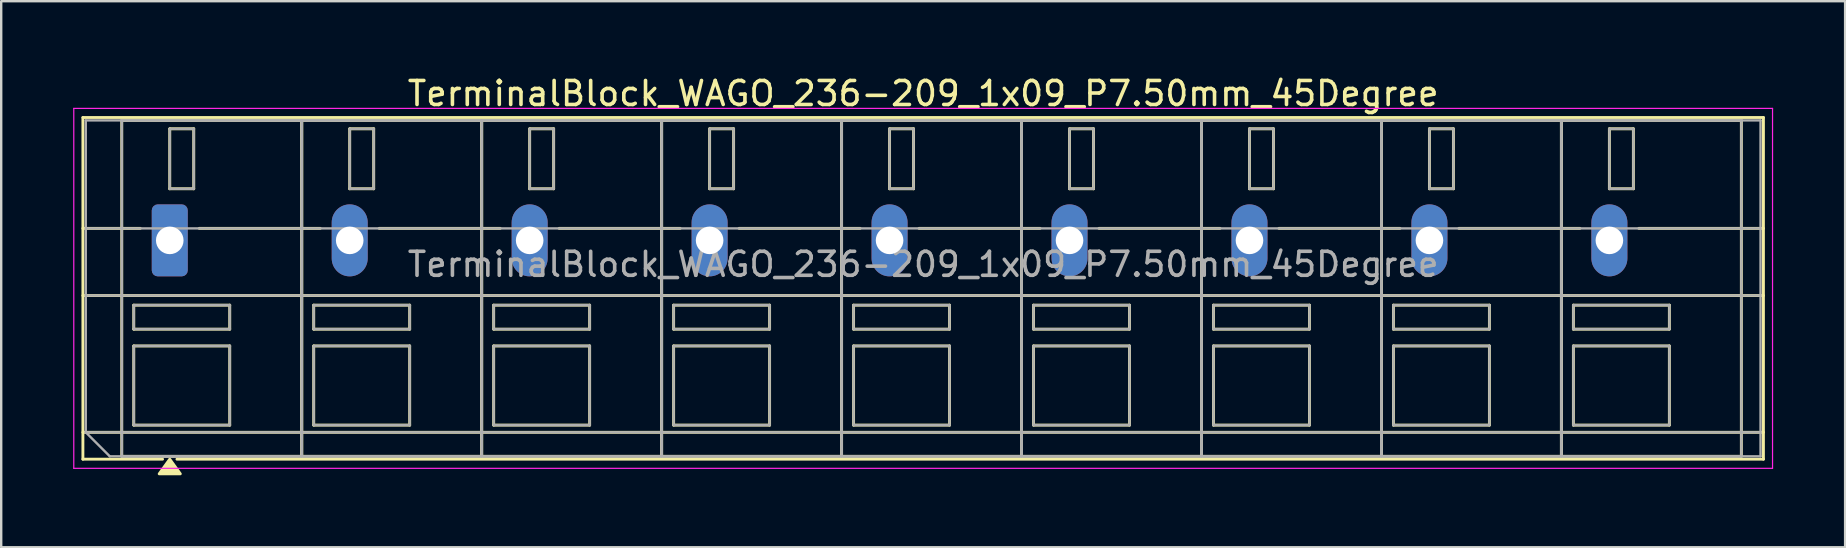
<source format=kicad_pcb>
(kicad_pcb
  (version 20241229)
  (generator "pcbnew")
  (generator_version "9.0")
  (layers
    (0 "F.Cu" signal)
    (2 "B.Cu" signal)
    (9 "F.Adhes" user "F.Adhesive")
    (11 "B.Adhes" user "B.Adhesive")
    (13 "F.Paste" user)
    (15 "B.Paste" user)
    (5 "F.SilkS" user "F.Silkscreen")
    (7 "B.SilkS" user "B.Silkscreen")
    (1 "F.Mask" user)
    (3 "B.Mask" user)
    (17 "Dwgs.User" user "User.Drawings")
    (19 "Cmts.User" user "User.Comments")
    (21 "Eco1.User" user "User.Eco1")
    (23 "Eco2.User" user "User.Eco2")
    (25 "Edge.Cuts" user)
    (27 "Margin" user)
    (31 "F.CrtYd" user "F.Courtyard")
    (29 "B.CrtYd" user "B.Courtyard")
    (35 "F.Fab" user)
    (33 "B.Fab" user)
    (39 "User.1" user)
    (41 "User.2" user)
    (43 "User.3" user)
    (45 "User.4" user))
  (footprint "TerminalBlock_WAGO_236-209_1x09_P7.50mm_45Degree"
    (layer "F.Cu")
    (at 4.025 6.968)
    (property "Reference" "TerminalBlock_WAGO_236-209_1x09_P7.50mm_45Degree" (at 31.4 -6.12 0) (layer "F.SilkS") (effects (font (size 1 1) (thickness 0.15))))
    (attr through_hole)
    (fp_line (start -3.62 -5.12) (end 66.42 -5.12) (stroke (width 0.12) (type solid)) (layer "F.SilkS"))
    (fp_line (start -3.62 -0.5) (end -1.23 -0.5) (stroke (width 0.12) (type solid)) (layer "F.SilkS"))
    (fp_line (start -3.62 2.3) (end 66.42 2.3) (stroke (width 0.12) (type solid)) (layer "F.SilkS"))
    (fp_line (start -3.62 8) (end 66.42 8) (stroke (width 0.12) (type solid)) (layer "F.SilkS"))
    (fp_line (start -3.62 9.12) (end -3.62 -5.12) (stroke (width 0.12) (type solid)) (layer "F.SilkS"))
    (fp_line (start -2 -5) (end 5.5 -5) (stroke (width 0.12) (type solid)) (layer "F.SilkS"))
    (fp_line (start -2 9) (end -2 -5) (stroke (width 0.12) (type solid)) (layer "F.SilkS"))
    (fp_line (start -1.5 2.7) (end 2.5 2.7) (stroke (width 0.12) (type solid)) (layer "F.SilkS"))
    (fp_line (start -1.5 3.7) (end -1.5 2.7) (stroke (width 0.12) (type solid)) (layer "F.SilkS"))
    (fp_line (start -1.5 4.4) (end 2.5 4.4) (stroke (width 0.12) (type solid)) (layer "F.SilkS"))
    (fp_line (start -1.5 7.7) (end -1.5 4.4) (stroke (width 0.12) (type solid)) (layer "F.SilkS"))
    (fp_line (start -0.3 9.12) (end -3.62 9.12) (stroke (width 0.12) (type solid)) (layer "F.SilkS"))
    (fp_line (start 0 -4.65) (end 1 -4.65) (stroke (width 0.12) (type solid)) (layer "F.SilkS"))
    (fp_line (start 0 -2.15) (end 0 -4.65) (stroke (width 0.12) (type solid)) (layer "F.SilkS"))
    (fp_line (start 1 -4.65) (end 1 -2.15) (stroke (width 0.12) (type solid)) (layer "F.SilkS"))
    (fp_line (start 1 -2.15) (end 0 -2.15) (stroke (width 0.12) (type solid)) (layer "F.SilkS"))
    (fp_line (start 1.23 -0.5) (end 6.27 -0.5) (stroke (width 0.12) (type solid)) (layer "F.SilkS"))
    (fp_line (start 2.5 2.7) (end 2.5 3.7) (stroke (width 0.12) (type solid)) (layer "F.SilkS"))
    (fp_line (start 2.5 3.7) (end -1.5 3.7) (stroke (width 0.12) (type solid)) (layer "F.SilkS"))
    (fp_line (start 2.5 4.4) (end 2.5 7.7) (stroke (width 0.12) (type solid)) (layer "F.SilkS"))
    (fp_line (start 2.5 7.7) (end -1.5 7.7) (stroke (width 0.12) (type solid)) (layer "F.SilkS"))
    (fp_line (start 5.5 -5) (end 5.5 9) (stroke (width 0.12) (type solid)) (layer "F.SilkS"))
    (fp_line (start 5.5 -5) (end 13 -5) (stroke (width 0.12) (type solid)) (layer "F.SilkS"))
    (fp_line (start 5.5 9) (end -2 9) (stroke (width 0.12) (type solid)) (layer "F.SilkS"))
    (fp_line (start 5.5 9) (end 5.5 -5) (stroke (width 0.12) (type solid)) (layer "F.SilkS"))
    (fp_line (start 6 2.7) (end 10 2.7) (stroke (width 0.12) (type solid)) (layer "F.SilkS"))
    (fp_line (start 6 3.7) (end 6 2.7) (stroke (width 0.12) (type solid)) (layer "F.SilkS"))
    (fp_line (start 6 4.4) (end 10 4.4) (stroke (width 0.12) (type solid)) (layer "F.SilkS"))
    (fp_line (start 6 7.7) (end 6 4.4) (stroke (width 0.12) (type solid)) (layer "F.SilkS"))
    (fp_line (start 7.5 -4.65) (end 8.5 -4.65) (stroke (width 0.12) (type solid)) (layer "F.SilkS"))
    (fp_line (start 7.5 -2.15) (end 7.5 -4.65) (stroke (width 0.12) (type solid)) (layer "F.SilkS"))
    (fp_line (start 8.5 -4.65) (end 8.5 -2.15) (stroke (width 0.12) (type solid)) (layer "F.SilkS"))
    (fp_line (start 8.5 -2.15) (end 7.5 -2.15) (stroke (width 0.12) (type solid)) (layer "F.SilkS"))
    (fp_line (start 8.73 -0.5) (end 13.77 -0.5) (stroke (width 0.12) (type solid)) (layer "F.SilkS"))
    (fp_line (start 10 2.7) (end 10 3.7) (stroke (width 0.12) (type solid)) (layer "F.SilkS"))
    (fp_line (start 10 3.7) (end 6 3.7) (stroke (width 0.12) (type solid)) (layer "F.SilkS"))
    (fp_line (start 10 4.4) (end 10 7.7) (stroke (width 0.12) (type solid)) (layer "F.SilkS"))
    (fp_line (start 10 7.7) (end 6 7.7) (stroke (width 0.12) (type solid)) (layer "F.SilkS"))
    (fp_line (start 13 -5) (end 13 9) (stroke (width 0.12) (type solid)) (layer "F.SilkS"))
    (fp_line (start 13 -5) (end 20.5 -5) (stroke (width 0.12) (type solid)) (layer "F.SilkS"))
    (fp_line (start 13 9) (end 5.5 9) (stroke (width 0.12) (type solid)) (layer "F.SilkS"))
    (fp_line (start 13 9) (end 13 -5) (stroke (width 0.12) (type solid)) (layer "F.SilkS"))
    (fp_line (start 13.5 2.7) (end 17.5 2.7) (stroke (width 0.12) (type solid)) (layer "F.SilkS"))
    (fp_line (start 13.5 3.7) (end 13.5 2.7) (stroke (width 0.12) (type solid)) (layer "F.SilkS"))
    (fp_line (start 13.5 4.4) (end 17.5 4.4) (stroke (width 0.12) (type solid)) (layer "F.SilkS"))
    (fp_line (start 13.5 7.7) (end 13.5 4.4) (stroke (width 0.12) (type solid)) (layer "F.SilkS"))
    (fp_line (start 15 -4.65) (end 16 -4.65) (stroke (width 0.12) (type solid)) (layer "F.SilkS"))
    (fp_line (start 15 -2.15) (end 15 -4.65) (stroke (width 0.12) (type solid)) (layer "F.SilkS"))
    (fp_line (start 16 -4.65) (end 16 -2.15) (stroke (width 0.12) (type solid)) (layer "F.SilkS"))
    (fp_line (start 16 -2.15) (end 15 -2.15) (stroke (width 0.12) (type solid)) (layer "F.SilkS"))
    (fp_line (start 16.23 -0.5) (end 21.27 -0.5) (stroke (width 0.12) (type solid)) (layer "F.SilkS"))
    (fp_line (start 17.5 2.7) (end 17.5 3.7) (stroke (width 0.12) (type solid)) (layer "F.SilkS"))
    (fp_line (start 17.5 3.7) (end 13.5 3.7) (stroke (width 0.12) (type solid)) (layer "F.SilkS"))
    (fp_line (start 17.5 4.4) (end 17.5 7.7) (stroke (width 0.12) (type solid)) (layer "F.SilkS"))
    (fp_line (start 17.5 7.7) (end 13.5 7.7) (stroke (width 0.12) (type solid)) (layer "F.SilkS"))
    (fp_line (start 20.5 -5) (end 20.5 9) (stroke (width 0.12) (type solid)) (layer "F.SilkS"))
    (fp_line (start 20.5 -5) (end 28 -5) (stroke (width 0.12) (type solid)) (layer "F.SilkS"))
    (fp_line (start 20.5 9) (end 13 9) (stroke (width 0.12) (type solid)) (layer "F.SilkS"))
    (fp_line (start 20.5 9) (end 20.5 -5) (stroke (width 0.12) (type solid)) (layer "F.SilkS"))
    (fp_line (start 21 2.7) (end 25 2.7) (stroke (width 0.12) (type solid)) (layer "F.SilkS"))
    (fp_line (start 21 3.7) (end 21 2.7) (stroke (width 0.12) (type solid)) (layer "F.SilkS"))
    (fp_line (start 21 4.4) (end 25 4.4) (stroke (width 0.12) (type solid)) (layer "F.SilkS"))
    (fp_line (start 21 7.7) (end 21 4.4) (stroke (width 0.12) (type solid)) (layer "F.SilkS"))
    (fp_line (start 22.5 -4.65) (end 23.5 -4.65) (stroke (width 0.12) (type solid)) (layer "F.SilkS"))
    (fp_line (start 22.5 -2.15) (end 22.5 -4.65) (stroke (width 0.12) (type solid)) (layer "F.SilkS"))
    (fp_line (start 23.5 -4.65) (end 23.5 -2.15) (stroke (width 0.12) (type solid)) (layer "F.SilkS"))
    (fp_line (start 23.5 -2.15) (end 22.5 -2.15) (stroke (width 0.12) (type solid)) (layer "F.SilkS"))
    (fp_line (start 23.73 -0.5) (end 28.77 -0.5) (stroke (width 0.12) (type solid)) (layer "F.SilkS"))
    (fp_line (start 25 2.7) (end 25 3.7) (stroke (width 0.12) (type solid)) (layer "F.SilkS"))
    (fp_line (start 25 3.7) (end 21 3.7) (stroke (width 0.12) (type solid)) (layer "F.SilkS"))
    (fp_line (start 25 4.4) (end 25 7.7) (stroke (width 0.12) (type solid)) (layer "F.SilkS"))
    (fp_line (start 25 7.7) (end 21 7.7) (stroke (width 0.12) (type solid)) (layer "F.SilkS"))
    (fp_line (start 28 -5) (end 28 9) (stroke (width 0.12) (type solid)) (layer "F.SilkS"))
    (fp_line (start 28 -5) (end 35.5 -5) (stroke (width 0.12) (type solid)) (layer "F.SilkS"))
    (fp_line (start 28 9) (end 20.5 9) (stroke (width 0.12) (type solid)) (layer "F.SilkS"))
    (fp_line (start 28 9) (end 28 -5) (stroke (width 0.12) (type solid)) (layer "F.SilkS"))
    (fp_line (start 28.5 2.7) (end 32.5 2.7) (stroke (width 0.12) (type solid)) (layer "F.SilkS"))
    (fp_line (start 28.5 3.7) (end 28.5 2.7) (stroke (width 0.12) (type solid)) (layer "F.SilkS"))
    (fp_line (start 28.5 4.4) (end 32.5 4.4) (stroke (width 0.12) (type solid)) (layer "F.SilkS"))
    (fp_line (start 28.5 7.7) (end 28.5 4.4) (stroke (width 0.12) (type solid)) (layer "F.SilkS"))
    (fp_line (start 30 -4.65) (end 31 -4.65) (stroke (width 0.12) (type solid)) (layer "F.SilkS"))
    (fp_line (start 30 -2.15) (end 30 -4.65) (stroke (width 0.12) (type solid)) (layer "F.SilkS"))
    (fp_line (start 31 -4.65) (end 31 -2.15) (stroke (width 0.12) (type solid)) (layer "F.SilkS"))
    (fp_line (start 31 -2.15) (end 30 -2.15) (stroke (width 0.12) (type solid)) (layer "F.SilkS"))
    (fp_line (start 31.23 -0.5) (end 36.27 -0.5) (stroke (width 0.12) (type solid)) (layer "F.SilkS"))
    (fp_line (start 32.5 2.7) (end 32.5 3.7) (stroke (width 0.12) (type solid)) (layer "F.SilkS"))
    (fp_line (start 32.5 3.7) (end 28.5 3.7) (stroke (width 0.12) (type solid)) (layer "F.SilkS"))
    (fp_line (start 32.5 4.4) (end 32.5 7.7) (stroke (width 0.12) (type solid)) (layer "F.SilkS"))
    (fp_line (start 32.5 7.7) (end 28.5 7.7) (stroke (width 0.12) (type solid)) (layer "F.SilkS"))
    (fp_line (start 35.5 -5) (end 35.5 9) (stroke (width 0.12) (type solid)) (layer "F.SilkS"))
    (fp_line (start 35.5 -5) (end 43 -5) (stroke (width 0.12) (type solid)) (layer "F.SilkS"))
    (fp_line (start 35.5 9) (end 28 9) (stroke (width 0.12) (type solid)) (layer "F.SilkS"))
    (fp_line (start 35.5 9) (end 35.5 -5) (stroke (width 0.12) (type solid)) (layer "F.SilkS"))
    (fp_line (start 36 2.7) (end 40 2.7) (stroke (width 0.12) (type solid)) (layer "F.SilkS"))
    (fp_line (start 36 3.7) (end 36 2.7) (stroke (width 0.12) (type solid)) (layer "F.SilkS"))
    (fp_line (start 36 4.4) (end 40 4.4) (stroke (width 0.12) (type solid)) (layer "F.SilkS"))
    (fp_line (start 36 7.7) (end 36 4.4) (stroke (width 0.12) (type solid)) (layer "F.SilkS"))
    (fp_line (start 37.5 -4.65) (end 38.5 -4.65) (stroke (width 0.12) (type solid)) (layer "F.SilkS"))
    (fp_line (start 37.5 -2.15) (end 37.5 -4.65) (stroke (width 0.12) (type solid)) (layer "F.SilkS"))
    (fp_line (start 38.5 -4.65) (end 38.5 -2.15) (stroke (width 0.12) (type solid)) (layer "F.SilkS"))
    (fp_line (start 38.5 -2.15) (end 37.5 -2.15) (stroke (width 0.12) (type solid)) (layer "F.SilkS"))
    (fp_line (start 38.73 -0.5) (end 43.77 -0.5) (stroke (width 0.12) (type solid)) (layer "F.SilkS"))
    (fp_line (start 40 2.7) (end 40 3.7) (stroke (width 0.12) (type solid)) (layer "F.SilkS"))
    (fp_line (start 40 3.7) (end 36 3.7) (stroke (width 0.12) (type solid)) (layer "F.SilkS"))
    (fp_line (start 40 4.4) (end 40 7.7) (stroke (width 0.12) (type solid)) (layer "F.SilkS"))
    (fp_line (start 40 7.7) (end 36 7.7) (stroke (width 0.12) (type solid)) (layer "F.SilkS"))
    (fp_line (start 43 -5) (end 43 9) (stroke (width 0.12) (type solid)) (layer "F.SilkS"))
    (fp_line (start 43 -5) (end 50.5 -5) (stroke (width 0.12) (type solid)) (layer "F.SilkS"))
    (fp_line (start 43 9) (end 35.5 9) (stroke (width 0.12) (type solid)) (layer "F.SilkS"))
    (fp_line (start 43 9) (end 43 -5) (stroke (width 0.12) (type solid)) (layer "F.SilkS"))
    (fp_line (start 43.5 2.7) (end 47.5 2.7) (stroke (width 0.12) (type solid)) (layer "F.SilkS"))
    (fp_line (start 43.5 3.7) (end 43.5 2.7) (stroke (width 0.12) (type solid)) (layer "F.SilkS"))
    (fp_line (start 43.5 4.4) (end 47.5 4.4) (stroke (width 0.12) (type solid)) (layer "F.SilkS"))
    (fp_line (start 43.5 7.7) (end 43.5 4.4) (stroke (width 0.12) (type solid)) (layer "F.SilkS"))
    (fp_line (start 45 -4.65) (end 46 -4.65) (stroke (width 0.12) (type solid)) (layer "F.SilkS"))
    (fp_line (start 45 -2.15) (end 45 -4.65) (stroke (width 0.12) (type solid)) (layer "F.SilkS"))
    (fp_line (start 46 -4.65) (end 46 -2.15) (stroke (width 0.12) (type solid)) (layer "F.SilkS"))
    (fp_line (start 46 -2.15) (end 45 -2.15) (stroke (width 0.12) (type solid)) (layer "F.SilkS"))
    (fp_line (start 46.23 -0.5) (end 51.27 -0.5) (stroke (width 0.12) (type solid)) (layer "F.SilkS"))
    (fp_line (start 47.5 2.7) (end 47.5 3.7) (stroke (width 0.12) (type solid)) (layer "F.SilkS"))
    (fp_line (start 47.5 3.7) (end 43.5 3.7) (stroke (width 0.12) (type solid)) (layer "F.SilkS"))
    (fp_line (start 47.5 4.4) (end 47.5 7.7) (stroke (width 0.12) (type solid)) (layer "F.SilkS"))
    (fp_line (start 47.5 7.7) (end 43.5 7.7) (stroke (width 0.12) (type solid)) (layer "F.SilkS"))
    (fp_line (start 50.5 -5) (end 50.5 9) (stroke (width 0.12) (type solid)) (layer "F.SilkS"))
    (fp_line (start 50.5 -5) (end 58 -5) (stroke (width 0.12) (type solid)) (layer "F.SilkS"))
    (fp_line (start 50.5 9) (end 43 9) (stroke (width 0.12) (type solid)) (layer "F.SilkS"))
    (fp_line (start 50.5 9) (end 50.5 -5) (stroke (width 0.12) (type solid)) (layer "F.SilkS"))
    (fp_line (start 51 2.7) (end 55 2.7) (stroke (width 0.12) (type solid)) (layer "F.SilkS"))
    (fp_line (start 51 3.7) (end 51 2.7) (stroke (width 0.12) (type solid)) (layer "F.SilkS"))
    (fp_line (start 51 4.4) (end 55 4.4) (stroke (width 0.12) (type solid)) (layer "F.SilkS"))
    (fp_line (start 51 7.7) (end 51 4.4) (stroke (width 0.12) (type solid)) (layer "F.SilkS"))
    (fp_line (start 52.5 -4.65) (end 53.5 -4.65) (stroke (width 0.12) (type solid)) (layer "F.SilkS"))
    (fp_line (start 52.5 -2.15) (end 52.5 -4.65) (stroke (width 0.12) (type solid)) (layer "F.SilkS"))
    (fp_line (start 53.5 -4.65) (end 53.5 -2.15) (stroke (width 0.12) (type solid)) (layer "F.SilkS"))
    (fp_line (start 53.5 -2.15) (end 52.5 -2.15) (stroke (width 0.12) (type solid)) (layer "F.SilkS"))
    (fp_line (start 53.73 -0.5) (end 58.77 -0.5) (stroke (width 0.12) (type solid)) (layer "F.SilkS"))
    (fp_line (start 55 2.7) (end 55 3.7) (stroke (width 0.12) (type solid)) (layer "F.SilkS"))
    (fp_line (start 55 3.7) (end 51 3.7) (stroke (width 0.12) (type solid)) (layer "F.SilkS"))
    (fp_line (start 55 4.4) (end 55 7.7) (stroke (width 0.12) (type solid)) (layer "F.SilkS"))
    (fp_line (start 55 7.7) (end 51 7.7) (stroke (width 0.12) (type solid)) (layer "F.SilkS"))
    (fp_line (start 58 -5) (end 58 9) (stroke (width 0.12) (type solid)) (layer "F.SilkS"))
    (fp_line (start 58 -5) (end 65.5 -5) (stroke (width 0.12) (type solid)) (layer "F.SilkS"))
    (fp_line (start 58 9) (end 50.5 9) (stroke (width 0.12) (type solid)) (layer "F.SilkS"))
    (fp_line (start 58 9) (end 58 -5) (stroke (width 0.12) (type solid)) (layer "F.SilkS"))
    (fp_line (start 58.5 2.7) (end 62.5 2.7) (stroke (width 0.12) (type solid)) (layer "F.SilkS"))
    (fp_line (start 58.5 3.7) (end 58.5 2.7) (stroke (width 0.12) (type solid)) (layer "F.SilkS"))
    (fp_line (start 58.5 4.4) (end 62.5 4.4) (stroke (width 0.12) (type solid)) (layer "F.SilkS"))
    (fp_line (start 58.5 7.7) (end 58.5 4.4) (stroke (width 0.12) (type solid)) (layer "F.SilkS"))
    (fp_line (start 60 -4.65) (end 61 -4.65) (stroke (width 0.12) (type solid)) (layer "F.SilkS"))
    (fp_line (start 60 -2.15) (end 60 -4.65) (stroke (width 0.12) (type solid)) (layer "F.SilkS"))
    (fp_line (start 61 -4.65) (end 61 -2.15) (stroke (width 0.12) (type solid)) (layer "F.SilkS"))
    (fp_line (start 61 -2.15) (end 60 -2.15) (stroke (width 0.12) (type solid)) (layer "F.SilkS"))
    (fp_line (start 61.23 -0.5) (end 66.42 -0.5) (stroke (width 0.12) (type solid)) (layer "F.SilkS"))
    (fp_line (start 62.5 2.7) (end 62.5 3.7) (stroke (width 0.12) (type solid)) (layer "F.SilkS"))
    (fp_line (start 62.5 3.7) (end 58.5 3.7) (stroke (width 0.12) (type solid)) (layer "F.SilkS"))
    (fp_line (start 62.5 4.4) (end 62.5 7.7) (stroke (width 0.12) (type solid)) (layer "F.SilkS"))
    (fp_line (start 62.5 7.7) (end 58.5 7.7) (stroke (width 0.12) (type solid)) (layer "F.SilkS"))
    (fp_line (start 65.5 -5) (end 65.5 9) (stroke (width 0.12) (type solid)) (layer "F.SilkS"))
    (fp_line (start 65.5 9) (end 58 9) (stroke (width 0.12) (type solid)) (layer "F.SilkS"))
    (fp_line (start 66.42 -5.12) (end 66.42 9.12) (stroke (width 0.12) (type solid)) (layer "F.SilkS"))
    (fp_line (start 66.42 9.12) (end 0.3 9.12) (stroke (width 0.12) (type solid)) (layer "F.SilkS"))
    (fp_poly (pts (xy 0 9.12) (xy 0.44 9.73) (xy -0.44 9.73)) (stroke (width 0.12) (type solid)) (fill yes) (layer "F.SilkS"))
    (fp_line (start -4 -5.5) (end -4 9.5) (stroke (width 0.05) (type solid)) (layer "F.CrtYd"))
    (fp_line (start -4 9.5) (end 66.8 9.5) (stroke (width 0.05) (type solid)) (layer "F.CrtYd"))
    (fp_line (start 66.8 -5.5) (end -4 -5.5) (stroke (width 0.05) (type solid)) (layer "F.CrtYd"))
    (fp_line (start 66.8 9.5) (end 66.8 -5.5) (stroke (width 0.05) (type solid)) (layer "F.CrtYd"))
    (fp_line (start -3.5 -5) (end 66.3 -5) (stroke (width 0.1) (type solid)) (layer "F.Fab"))
    (fp_line (start -3.5 -0.5) (end 66.3 -0.5) (stroke (width 0.1) (type solid)) (layer "F.Fab"))
    (fp_line (start -3.5 2.3) (end 66.3 2.3) (stroke (width 0.1) (type solid)) (layer "F.Fab"))
    (fp_line (start -3.5 8) (end -3.5 -5) (stroke (width 0.1) (type solid)) (layer "F.Fab"))
    (fp_line (start -3.5 8) (end 66.3 8) (stroke (width 0.1) (type solid)) (layer "F.Fab"))
    (fp_line (start -2.5 9) (end -3.5 8) (stroke (width 0.1) (type solid)) (layer "F.Fab"))
    (fp_line (start -2 -5) (end -2 9) (stroke (width 0.1) (type solid)) (layer "F.Fab"))
    (fp_line (start -2 9) (end 5.5 9) (stroke (width 0.1) (type solid)) (layer "F.Fab"))
    (fp_line (start -1.5 2.7) (end -1.5 3.7) (stroke (width 0.1) (type solid)) (layer "F.Fab"))
    (fp_line (start -1.5 3.7) (end 2.5 3.7) (stroke (width 0.1) (type solid)) (layer "F.Fab"))
    (fp_line (start -1.5 4.4) (end -1.5 7.7) (stroke (width 0.1) (type solid)) (layer "F.Fab"))
    (fp_line (start -1.5 7.7) (end 2.5 7.7) (stroke (width 0.1) (type solid)) (layer "F.Fab"))
    (fp_line (start 0 -4.65) (end 0 -2.15) (stroke (width 0.1) (type solid)) (layer "F.Fab"))
    (fp_line (start 0 -2.15) (end 1 -2.15) (stroke (width 0.1) (type solid)) (layer "F.Fab"))
    (fp_line (start 1 -4.65) (end 0 -4.65) (stroke (width 0.1) (type solid)) (layer "F.Fab"))
    (fp_line (start 1 -2.15) (end 1 -4.65) (stroke (width 0.1) (type solid)) (layer "F.Fab"))
    (fp_line (start 2.5 2.7) (end -1.5 2.7) (stroke (width 0.1) (type solid)) (layer "F.Fab"))
    (fp_line (start 2.5 3.7) (end 2.5 2.7) (stroke (width 0.1) (type solid)) (layer "F.Fab"))
    (fp_line (start 2.5 4.4) (end -1.5 4.4) (stroke (width 0.1) (type solid)) (layer "F.Fab"))
    (fp_line (start 2.5 7.7) (end 2.5 4.4) (stroke (width 0.1) (type solid)) (layer "F.Fab"))
    (fp_line (start 5.5 -5) (end -2 -5) (stroke (width 0.1) (type solid)) (layer "F.Fab"))
    (fp_line (start 5.5 -5) (end 5.5 9) (stroke (width 0.1) (type solid)) (layer "F.Fab"))
    (fp_line (start 5.5 9) (end 5.5 -5) (stroke (width 0.1) (type solid)) (layer "F.Fab"))
    (fp_line (start 5.5 9) (end 13 9) (stroke (width 0.1) (type solid)) (layer "F.Fab"))
    (fp_line (start 6 2.7) (end 6 3.7) (stroke (width 0.1) (type solid)) (layer "F.Fab"))
    (fp_line (start 6 3.7) (end 10 3.7) (stroke (width 0.1) (type solid)) (layer "F.Fab"))
    (fp_line (start 6 4.4) (end 6 7.7) (stroke (width 0.1) (type solid)) (layer "F.Fab"))
    (fp_line (start 6 7.7) (end 10 7.7) (stroke (width 0.1) (type solid)) (layer "F.Fab"))
    (fp_line (start 7.5 -4.65) (end 7.5 -2.15) (stroke (width 0.1) (type solid)) (layer "F.Fab"))
    (fp_line (start 7.5 -2.15) (end 8.5 -2.15) (stroke (width 0.1) (type solid)) (layer "F.Fab"))
    (fp_line (start 8.5 -4.65) (end 7.5 -4.65) (stroke (width 0.1) (type solid)) (layer "F.Fab"))
    (fp_line (start 8.5 -2.15) (end 8.5 -4.65) (stroke (width 0.1) (type solid)) (layer "F.Fab"))
    (fp_line (start 10 2.7) (end 6 2.7) (stroke (width 0.1) (type solid)) (layer "F.Fab"))
    (fp_line (start 10 3.7) (end 10 2.7) (stroke (width 0.1) (type solid)) (layer "F.Fab"))
    (fp_line (start 10 4.4) (end 6 4.4) (stroke (width 0.1) (type solid)) (layer "F.Fab"))
    (fp_line (start 10 7.7) (end 10 4.4) (stroke (width 0.1) (type solid)) (layer "F.Fab"))
    (fp_line (start 13 -5) (end 5.5 -5) (stroke (width 0.1) (type solid)) (layer "F.Fab"))
    (fp_line (start 13 -5) (end 13 9) (stroke (width 0.1) (type solid)) (layer "F.Fab"))
    (fp_line (start 13 9) (end 13 -5) (stroke (width 0.1) (type solid)) (layer "F.Fab"))
    (fp_line (start 13 9) (end 20.5 9) (stroke (width 0.1) (type solid)) (layer "F.Fab"))
    (fp_line (start 13.5 2.7) (end 13.5 3.7) (stroke (width 0.1) (type solid)) (layer "F.Fab"))
    (fp_line (start 13.5 3.7) (end 17.5 3.7) (stroke (width 0.1) (type solid)) (layer "F.Fab"))
    (fp_line (start 13.5 4.4) (end 13.5 7.7) (stroke (width 0.1) (type solid)) (layer "F.Fab"))
    (fp_line (start 13.5 7.7) (end 17.5 7.7) (stroke (width 0.1) (type solid)) (layer "F.Fab"))
    (fp_line (start 15 -4.65) (end 15 -2.15) (stroke (width 0.1) (type solid)) (layer "F.Fab"))
    (fp_line (start 15 -2.15) (end 16 -2.15) (stroke (width 0.1) (type solid)) (layer "F.Fab"))
    (fp_line (start 16 -4.65) (end 15 -4.65) (stroke (width 0.1) (type solid)) (layer "F.Fab"))
    (fp_line (start 16 -2.15) (end 16 -4.65) (stroke (width 0.1) (type solid)) (layer "F.Fab"))
    (fp_line (start 17.5 2.7) (end 13.5 2.7) (stroke (width 0.1) (type solid)) (layer "F.Fab"))
    (fp_line (start 17.5 3.7) (end 17.5 2.7) (stroke (width 0.1) (type solid)) (layer "F.Fab"))
    (fp_line (start 17.5 4.4) (end 13.5 4.4) (stroke (width 0.1) (type solid)) (layer "F.Fab"))
    (fp_line (start 17.5 7.7) (end 17.5 4.4) (stroke (width 0.1) (type solid)) (layer "F.Fab"))
    (fp_line (start 20.5 -5) (end 13 -5) (stroke (width 0.1) (type solid)) (layer "F.Fab"))
    (fp_line (start 20.5 -5) (end 20.5 9) (stroke (width 0.1) (type solid)) (layer "F.Fab"))
    (fp_line (start 20.5 9) (end 20.5 -5) (stroke (width 0.1) (type solid)) (layer "F.Fab"))
    (fp_line (start 20.5 9) (end 28 9) (stroke (width 0.1) (type solid)) (layer "F.Fab"))
    (fp_line (start 21 2.7) (end 21 3.7) (stroke (width 0.1) (type solid)) (layer "F.Fab"))
    (fp_line (start 21 3.7) (end 25 3.7) (stroke (width 0.1) (type solid)) (layer "F.Fab"))
    (fp_line (start 21 4.4) (end 21 7.7) (stroke (width 0.1) (type solid)) (layer "F.Fab"))
    (fp_line (start 21 7.7) (end 25 7.7) (stroke (width 0.1) (type solid)) (layer "F.Fab"))
    (fp_line (start 22.5 -4.65) (end 22.5 -2.15) (stroke (width 0.1) (type solid)) (layer "F.Fab"))
    (fp_line (start 22.5 -2.15) (end 23.5 -2.15) (stroke (width 0.1) (type solid)) (layer "F.Fab"))
    (fp_line (start 23.5 -4.65) (end 22.5 -4.65) (stroke (width 0.1) (type solid)) (layer "F.Fab"))
    (fp_line (start 23.5 -2.15) (end 23.5 -4.65) (stroke (width 0.1) (type solid)) (layer "F.Fab"))
    (fp_line (start 25 2.7) (end 21 2.7) (stroke (width 0.1) (type solid)) (layer "F.Fab"))
    (fp_line (start 25 3.7) (end 25 2.7) (stroke (width 0.1) (type solid)) (layer "F.Fab"))
    (fp_line (start 25 4.4) (end 21 4.4) (stroke (width 0.1) (type solid)) (layer "F.Fab"))
    (fp_line (start 25 7.7) (end 25 4.4) (stroke (width 0.1) (type solid)) (layer "F.Fab"))
    (fp_line (start 28 -5) (end 20.5 -5) (stroke (width 0.1) (type solid)) (layer "F.Fab"))
    (fp_line (start 28 -5) (end 28 9) (stroke (width 0.1) (type solid)) (layer "F.Fab"))
    (fp_line (start 28 9) (end 28 -5) (stroke (width 0.1) (type solid)) (layer "F.Fab"))
    (fp_line (start 28 9) (end 35.5 9) (stroke (width 0.1) (type solid)) (layer "F.Fab"))
    (fp_line (start 28.5 2.7) (end 28.5 3.7) (stroke (width 0.1) (type solid)) (layer "F.Fab"))
    (fp_line (start 28.5 3.7) (end 32.5 3.7) (stroke (width 0.1) (type solid)) (layer "F.Fab"))
    (fp_line (start 28.5 4.4) (end 28.5 7.7) (stroke (width 0.1) (type solid)) (layer "F.Fab"))
    (fp_line (start 28.5 7.7) (end 32.5 7.7) (stroke (width 0.1) (type solid)) (layer "F.Fab"))
    (fp_line (start 30 -4.65) (end 30 -2.15) (stroke (width 0.1) (type solid)) (layer "F.Fab"))
    (fp_line (start 30 -2.15) (end 31 -2.15) (stroke (width 0.1) (type solid)) (layer "F.Fab"))
    (fp_line (start 31 -4.65) (end 30 -4.65) (stroke (width 0.1) (type solid)) (layer "F.Fab"))
    (fp_line (start 31 -2.15) (end 31 -4.65) (stroke (width 0.1) (type solid)) (layer "F.Fab"))
    (fp_line (start 32.5 2.7) (end 28.5 2.7) (stroke (width 0.1) (type solid)) (layer "F.Fab"))
    (fp_line (start 32.5 3.7) (end 32.5 2.7) (stroke (width 0.1) (type solid)) (layer "F.Fab"))
    (fp_line (start 32.5 4.4) (end 28.5 4.4) (stroke (width 0.1) (type solid)) (layer "F.Fab"))
    (fp_line (start 32.5 7.7) (end 32.5 4.4) (stroke (width 0.1) (type solid)) (layer "F.Fab"))
    (fp_line (start 35.5 -5) (end 28 -5) (stroke (width 0.1) (type solid)) (layer "F.Fab"))
    (fp_line (start 35.5 -5) (end 35.5 9) (stroke (width 0.1) (type solid)) (layer "F.Fab"))
    (fp_line (start 35.5 9) (end 35.5 -5) (stroke (width 0.1) (type solid)) (layer "F.Fab"))
    (fp_line (start 35.5 9) (end 43 9) (stroke (width 0.1) (type solid)) (layer "F.Fab"))
    (fp_line (start 36 2.7) (end 36 3.7) (stroke (width 0.1) (type solid)) (layer "F.Fab"))
    (fp_line (start 36 3.7) (end 40 3.7) (stroke (width 0.1) (type solid)) (layer "F.Fab"))
    (fp_line (start 36 4.4) (end 36 7.7) (stroke (width 0.1) (type solid)) (layer "F.Fab"))
    (fp_line (start 36 7.7) (end 40 7.7) (stroke (width 0.1) (type solid)) (layer "F.Fab"))
    (fp_line (start 37.5 -4.65) (end 37.5 -2.15) (stroke (width 0.1) (type solid)) (layer "F.Fab"))
    (fp_line (start 37.5 -2.15) (end 38.5 -2.15) (stroke (width 0.1) (type solid)) (layer "F.Fab"))
    (fp_line (start 38.5 -4.65) (end 37.5 -4.65) (stroke (width 0.1) (type solid)) (layer "F.Fab"))
    (fp_line (start 38.5 -2.15) (end 38.5 -4.65) (stroke (width 0.1) (type solid)) (layer "F.Fab"))
    (fp_line (start 40 2.7) (end 36 2.7) (stroke (width 0.1) (type solid)) (layer "F.Fab"))
    (fp_line (start 40 3.7) (end 40 2.7) (stroke (width 0.1) (type solid)) (layer "F.Fab"))
    (fp_line (start 40 4.4) (end 36 4.4) (stroke (width 0.1) (type solid)) (layer "F.Fab"))
    (fp_line (start 40 7.7) (end 40 4.4) (stroke (width 0.1) (type solid)) (layer "F.Fab"))
    (fp_line (start 43 -5) (end 35.5 -5) (stroke (width 0.1) (type solid)) (layer "F.Fab"))
    (fp_line (start 43 -5) (end 43 9) (stroke (width 0.1) (type solid)) (layer "F.Fab"))
    (fp_line (start 43 9) (end 43 -5) (stroke (width 0.1) (type solid)) (layer "F.Fab"))
    (fp_line (start 43 9) (end 50.5 9) (stroke (width 0.1) (type solid)) (layer "F.Fab"))
    (fp_line (start 43.5 2.7) (end 43.5 3.7) (stroke (width 0.1) (type solid)) (layer "F.Fab"))
    (fp_line (start 43.5 3.7) (end 47.5 3.7) (stroke (width 0.1) (type solid)) (layer "F.Fab"))
    (fp_line (start 43.5 4.4) (end 43.5 7.7) (stroke (width 0.1) (type solid)) (layer "F.Fab"))
    (fp_line (start 43.5 7.7) (end 47.5 7.7) (stroke (width 0.1) (type solid)) (layer "F.Fab"))
    (fp_line (start 45 -4.65) (end 45 -2.15) (stroke (width 0.1) (type solid)) (layer "F.Fab"))
    (fp_line (start 45 -2.15) (end 46 -2.15) (stroke (width 0.1) (type solid)) (layer "F.Fab"))
    (fp_line (start 46 -4.65) (end 45 -4.65) (stroke (width 0.1) (type solid)) (layer "F.Fab"))
    (fp_line (start 46 -2.15) (end 46 -4.65) (stroke (width 0.1) (type solid)) (layer "F.Fab"))
    (fp_line (start 47.5 2.7) (end 43.5 2.7) (stroke (width 0.1) (type solid)) (layer "F.Fab"))
    (fp_line (start 47.5 3.7) (end 47.5 2.7) (stroke (width 0.1) (type solid)) (layer "F.Fab"))
    (fp_line (start 47.5 4.4) (end 43.5 4.4) (stroke (width 0.1) (type solid)) (layer "F.Fab"))
    (fp_line (start 47.5 7.7) (end 47.5 4.4) (stroke (width 0.1) (type solid)) (layer "F.Fab"))
    (fp_line (start 50.5 -5) (end 43 -5) (stroke (width 0.1) (type solid)) (layer "F.Fab"))
    (fp_line (start 50.5 -5) (end 50.5 9) (stroke (width 0.1) (type solid)) (layer "F.Fab"))
    (fp_line (start 50.5 9) (end 50.5 -5) (stroke (width 0.1) (type solid)) (layer "F.Fab"))
    (fp_line (start 50.5 9) (end 58 9) (stroke (width 0.1) (type solid)) (layer "F.Fab"))
    (fp_line (start 51 2.7) (end 51 3.7) (stroke (width 0.1) (type solid)) (layer "F.Fab"))
    (fp_line (start 51 3.7) (end 55 3.7) (stroke (width 0.1) (type solid)) (layer "F.Fab"))
    (fp_line (start 51 4.4) (end 51 7.7) (stroke (width 0.1) (type solid)) (layer "F.Fab"))
    (fp_line (start 51 7.7) (end 55 7.7) (stroke (width 0.1) (type solid)) (layer "F.Fab"))
    (fp_line (start 52.5 -4.65) (end 52.5 -2.15) (stroke (width 0.1) (type solid)) (layer "F.Fab"))
    (fp_line (start 52.5 -2.15) (end 53.5 -2.15) (stroke (width 0.1) (type solid)) (layer "F.Fab"))
    (fp_line (start 53.5 -4.65) (end 52.5 -4.65) (stroke (width 0.1) (type solid)) (layer "F.Fab"))
    (fp_line (start 53.5 -2.15) (end 53.5 -4.65) (stroke (width 0.1) (type solid)) (layer "F.Fab"))
    (fp_line (start 55 2.7) (end 51 2.7) (stroke (width 0.1) (type solid)) (layer "F.Fab"))
    (fp_line (start 55 3.7) (end 55 2.7) (stroke (width 0.1) (type solid)) (layer "F.Fab"))
    (fp_line (start 55 4.4) (end 51 4.4) (stroke (width 0.1) (type solid)) (layer "F.Fab"))
    (fp_line (start 55 7.7) (end 55 4.4) (stroke (width 0.1) (type solid)) (layer "F.Fab"))
    (fp_line (start 58 -5) (end 50.5 -5) (stroke (width 0.1) (type solid)) (layer "F.Fab"))
    (fp_line (start 58 -5) (end 58 9) (stroke (width 0.1) (type solid)) (layer "F.Fab"))
    (fp_line (start 58 9) (end 58 -5) (stroke (width 0.1) (type solid)) (layer "F.Fab"))
    (fp_line (start 58 9) (end 65.5 9) (stroke (width 0.1) (type solid)) (layer "F.Fab"))
    (fp_line (start 58.5 2.7) (end 58.5 3.7) (stroke (width 0.1) (type solid)) (layer "F.Fab"))
    (fp_line (start 58.5 3.7) (end 62.5 3.7) (stroke (width 0.1) (type solid)) (layer "F.Fab"))
    (fp_line (start 58.5 4.4) (end 58.5 7.7) (stroke (width 0.1) (type solid)) (layer "F.Fab"))
    (fp_line (start 58.5 7.7) (end 62.5 7.7) (stroke (width 0.1) (type solid)) (layer "F.Fab"))
    (fp_line (start 60 -4.65) (end 60 -2.15) (stroke (width 0.1) (type solid)) (layer "F.Fab"))
    (fp_line (start 60 -2.15) (end 61 -2.15) (stroke (width 0.1) (type solid)) (layer "F.Fab"))
    (fp_line (start 61 -4.65) (end 60 -4.65) (stroke (width 0.1) (type solid)) (layer "F.Fab"))
    (fp_line (start 61 -2.15) (end 61 -4.65) (stroke (width 0.1) (type solid)) (layer "F.Fab"))
    (fp_line (start 62.5 2.7) (end 58.5 2.7) (stroke (width 0.1) (type solid)) (layer "F.Fab"))
    (fp_line (start 62.5 3.7) (end 62.5 2.7) (stroke (width 0.1) (type solid)) (layer "F.Fab"))
    (fp_line (start 62.5 4.4) (end 58.5 4.4) (stroke (width 0.1) (type solid)) (layer "F.Fab"))
    (fp_line (start 62.5 7.7) (end 62.5 4.4) (stroke (width 0.1) (type solid)) (layer "F.Fab"))
    (fp_line (start 65.5 -5) (end 58 -5) (stroke (width 0.1) (type solid)) (layer "F.Fab"))
    (fp_line (start 65.5 9) (end 65.5 -5) (stroke (width 0.1) (type solid)) (layer "F.Fab"))
    (fp_line (start 66.3 -5) (end 66.3 9) (stroke (width 0.1) (type solid)) (layer "F.Fab"))
    (fp_line (start 66.3 9) (end -2.5 9) (stroke (width 0.1) (type solid)) (layer "F.Fab"))
    (fp_text user "${REFERENCE}" (at 31.4 1 0) (layer "F.Fab") (effects (font (size 1 1) (thickness 0.15))))
    (pad "1" thru_hole roundrect (at 0 0) (size 1.5 3) (drill 1.15) (layers "*.Cu" "*.Mask") (roundrect_rratio 0.167))
    (pad "2" thru_hole oval (at 7.5 0) (size 1.5 3) (drill 1.15) (layers "*.Cu" "*.Mask"))
    (pad "3" thru_hole oval (at 15 0) (size 1.5 3) (drill 1.15) (layers "*.Cu" "*.Mask"))
    (pad "4" thru_hole oval (at 22.5 0) (size 1.5 3) (drill 1.15) (layers "*.Cu" "*.Mask"))
    (pad "5" thru_hole oval (at 30 0) (size 1.5 3) (drill 1.15) (layers "*.Cu" "*.Mask"))
    (pad "6" thru_hole oval (at 37.5 0) (size 1.5 3) (drill 1.15) (layers "*.Cu" "*.Mask"))
    (pad "7" thru_hole oval (at 45 0) (size 1.5 3) (drill 1.15) (layers "*.Cu" "*.Mask"))
    (pad "8" thru_hole oval (at 52.5 0) (size 1.5 3) (drill 1.15) (layers "*.Cu" "*.Mask"))
    (pad "9" thru_hole oval (at 60 0) (size 1.5 3) (drill 1.15) (layers "*.Cu" "*.Mask")))
  (gr_rect
    (start -3 -3)
    (end 73.85 19.758)
    (stroke (width 0.1) (type default))
    (fill no)
    (layer "Edge.Cuts")))
</source>
